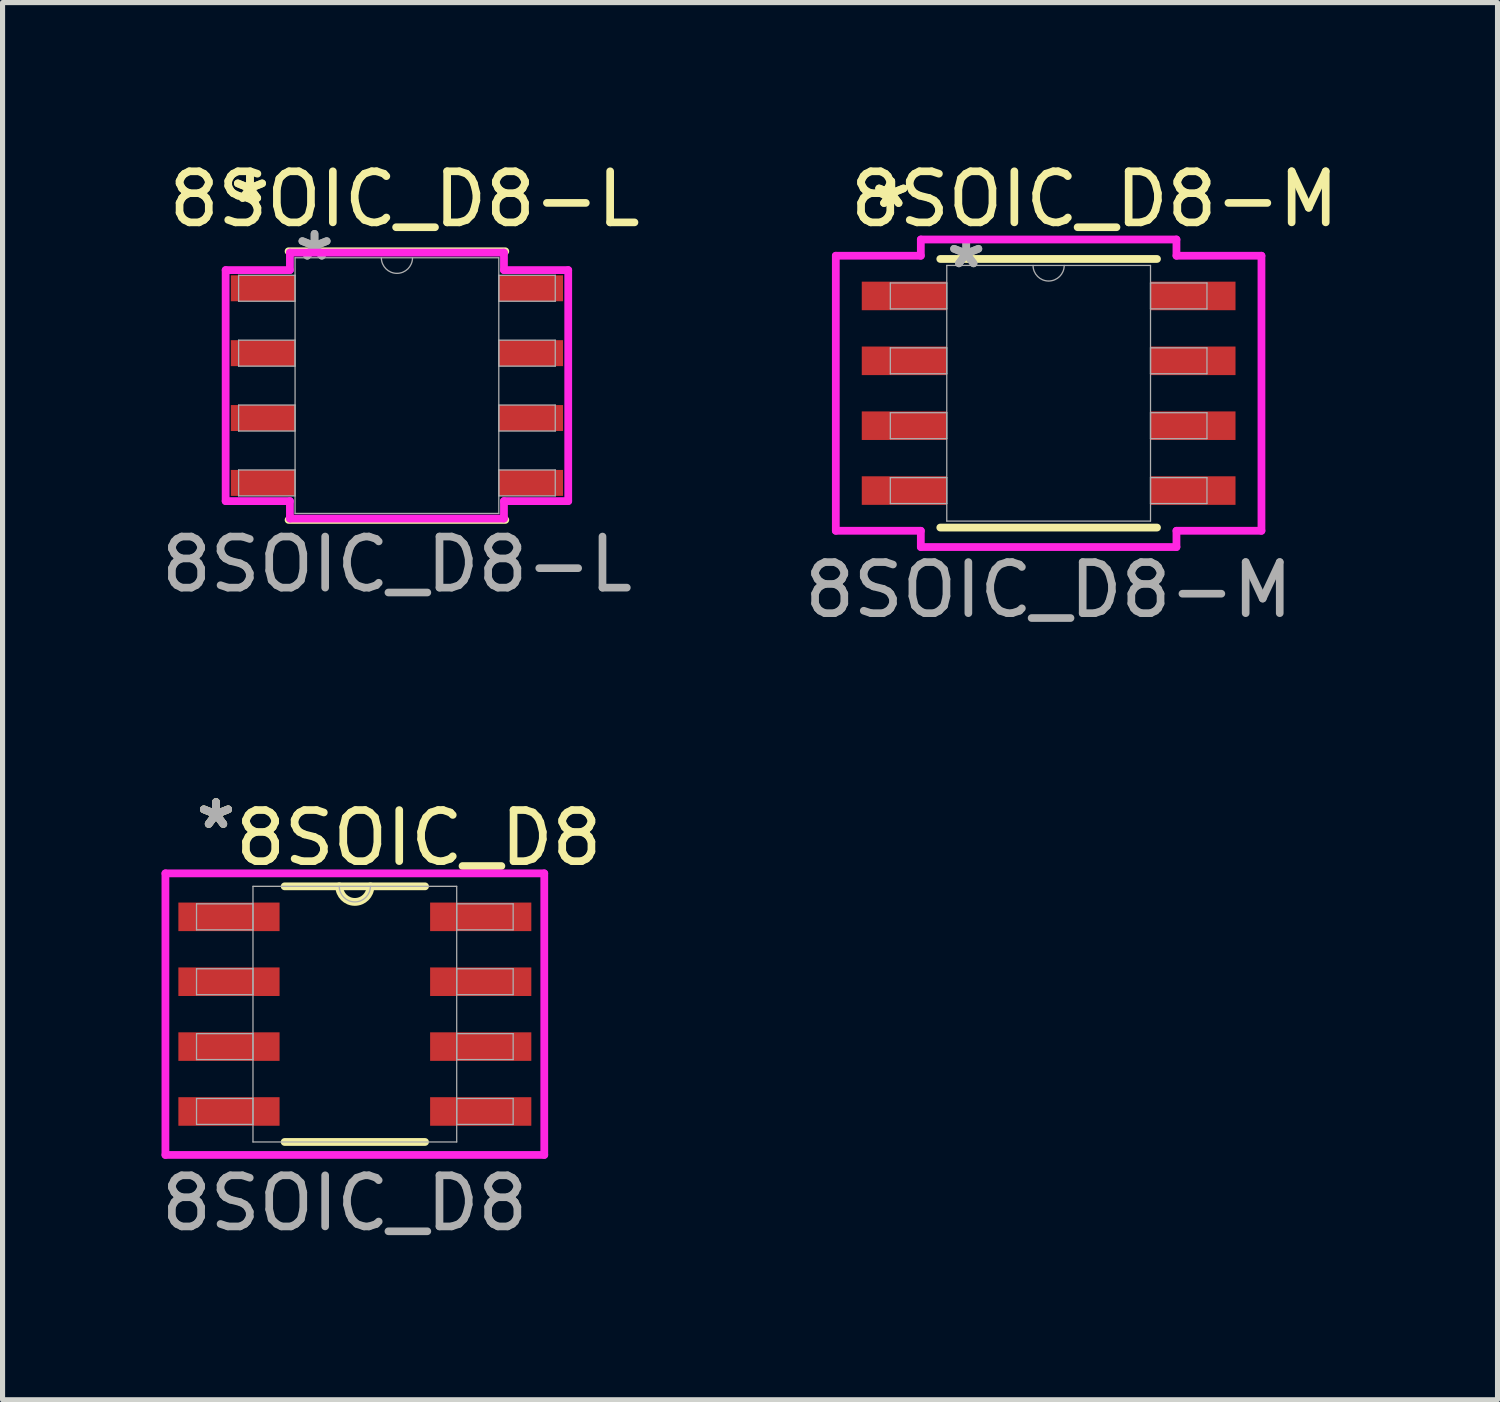
<source format=kicad_pcb>
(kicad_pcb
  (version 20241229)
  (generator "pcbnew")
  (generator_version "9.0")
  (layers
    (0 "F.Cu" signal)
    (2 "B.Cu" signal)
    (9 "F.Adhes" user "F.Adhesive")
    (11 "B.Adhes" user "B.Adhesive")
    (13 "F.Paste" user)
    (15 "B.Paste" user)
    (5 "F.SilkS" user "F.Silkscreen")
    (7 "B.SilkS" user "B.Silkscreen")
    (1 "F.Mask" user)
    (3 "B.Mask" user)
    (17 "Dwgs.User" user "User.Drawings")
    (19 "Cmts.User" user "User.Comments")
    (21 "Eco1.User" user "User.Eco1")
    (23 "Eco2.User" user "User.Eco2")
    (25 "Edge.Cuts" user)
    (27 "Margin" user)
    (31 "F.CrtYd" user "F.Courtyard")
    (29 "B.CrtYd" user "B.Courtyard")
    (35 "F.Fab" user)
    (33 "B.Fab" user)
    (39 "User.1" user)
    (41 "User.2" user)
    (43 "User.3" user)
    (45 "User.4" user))
  (footprint "8SOIC_D8-L"
    (layer "F.Cu")
    (at 4.72 4.498)
    (property "Reference" "8SOIC_D8-L" (at 0.15 -3.65 0) (unlocked yes) (layer "F.SilkS") (effects (font (size 1 1) (thickness 0.15))))
    (attr smd)
    (fp_line (start -2.121 2.629) (end 2.121 2.629) (stroke (width 0.152) (type solid)) (layer "F.SilkS"))
    (fp_line (start 2.121 -2.629) (end -2.121 -2.629) (stroke (width 0.152) (type solid)) (layer "F.SilkS"))
    (fp_line (start -3.353 -2.261) (end -2.095 -2.261) (stroke (width 0.152) (type solid)) (layer "F.CrtYd"))
    (fp_line (start -3.353 2.261) (end -3.353 -2.261) (stroke (width 0.152) (type solid)) (layer "F.CrtYd"))
    (fp_line (start -3.353 2.261) (end -2.095 2.261) (stroke (width 0.152) (type solid)) (layer "F.CrtYd"))
    (fp_line (start -2.095 -2.603) (end 2.095 -2.603) (stroke (width 0.152) (type solid)) (layer "F.CrtYd"))
    (fp_line (start -2.095 -2.261) (end -2.095 -2.603) (stroke (width 0.152) (type solid)) (layer "F.CrtYd"))
    (fp_line (start -2.095 2.603) (end -2.095 2.261) (stroke (width 0.152) (type solid)) (layer "F.CrtYd"))
    (fp_line (start 2.095 -2.603) (end 2.095 -2.261) (stroke (width 0.152) (type solid)) (layer "F.CrtYd"))
    (fp_line (start 2.095 2.261) (end 2.095 2.603) (stroke (width 0.152) (type solid)) (layer "F.CrtYd"))
    (fp_line (start 2.095 2.603) (end -2.095 2.603) (stroke (width 0.152) (type solid)) (layer "F.CrtYd"))
    (fp_line (start 3.353 -2.261) (end 2.095 -2.261) (stroke (width 0.152) (type solid)) (layer "F.CrtYd"))
    (fp_line (start 3.353 -2.261) (end 3.353 2.261) (stroke (width 0.152) (type solid)) (layer "F.CrtYd"))
    (fp_line (start 3.353 2.261) (end 2.095 2.261) (stroke (width 0.152) (type solid)) (layer "F.CrtYd"))
    (fp_line (start -3.099 -2.159) (end -3.099 -1.651) (stroke (width 0.025) (type solid)) (layer "F.Fab"))
    (fp_line (start -3.099 -1.651) (end -1.994 -1.651) (stroke (width 0.025) (type solid)) (layer "F.Fab"))
    (fp_line (start -3.099 -0.889) (end -3.099 -0.381) (stroke (width 0.025) (type solid)) (layer "F.Fab"))
    (fp_line (start -3.099 -0.381) (end -1.994 -0.381) (stroke (width 0.025) (type solid)) (layer "F.Fab"))
    (fp_line (start -3.099 0.381) (end -3.099 0.889) (stroke (width 0.025) (type solid)) (layer "F.Fab"))
    (fp_line (start -3.099 0.889) (end -1.994 0.889) (stroke (width 0.025) (type solid)) (layer "F.Fab"))
    (fp_line (start -3.099 1.651) (end -3.099 2.159) (stroke (width 0.025) (type solid)) (layer "F.Fab"))
    (fp_line (start -3.099 2.159) (end -1.994 2.159) (stroke (width 0.025) (type solid)) (layer "F.Fab"))
    (fp_line (start -1.994 -2.502) (end -1.994 2.502) (stroke (width 0.025) (type solid)) (layer "F.Fab"))
    (fp_line (start -1.994 -2.159) (end -3.099 -2.159) (stroke (width 0.025) (type solid)) (layer "F.Fab"))
    (fp_line (start -1.994 -1.651) (end -1.994 -2.159) (stroke (width 0.025) (type solid)) (layer "F.Fab"))
    (fp_line (start -1.994 -0.889) (end -3.099 -0.889) (stroke (width 0.025) (type solid)) (layer "F.Fab"))
    (fp_line (start -1.994 -0.381) (end -1.994 -0.889) (stroke (width 0.025) (type solid)) (layer "F.Fab"))
    (fp_line (start -1.994 0.381) (end -3.099 0.381) (stroke (width 0.025) (type solid)) (layer "F.Fab"))
    (fp_line (start -1.994 0.889) (end -1.994 0.381) (stroke (width 0.025) (type solid)) (layer "F.Fab"))
    (fp_line (start -1.994 1.651) (end -3.099 1.651) (stroke (width 0.025) (type solid)) (layer "F.Fab"))
    (fp_line (start -1.994 2.159) (end -1.994 1.651) (stroke (width 0.025) (type solid)) (layer "F.Fab"))
    (fp_line (start -1.994 2.502) (end 1.994 2.502) (stroke (width 0.025) (type solid)) (layer "F.Fab"))
    (fp_line (start 1.994 -2.502) (end -1.994 -2.502) (stroke (width 0.025) (type solid)) (layer "F.Fab"))
    (fp_line (start 1.994 -2.159) (end 1.994 -1.651) (stroke (width 0.025) (type solid)) (layer "F.Fab"))
    (fp_line (start 1.994 -1.651) (end 3.099 -1.651) (stroke (width 0.025) (type solid)) (layer "F.Fab"))
    (fp_line (start 1.994 -0.889) (end 1.994 -0.381) (stroke (width 0.025) (type solid)) (layer "F.Fab"))
    (fp_line (start 1.994 -0.381) (end 3.099 -0.381) (stroke (width 0.025) (type solid)) (layer "F.Fab"))
    (fp_line (start 1.994 0.381) (end 1.994 0.889) (stroke (width 0.025) (type solid)) (layer "F.Fab"))
    (fp_line (start 1.994 0.889) (end 3.099 0.889) (stroke (width 0.025) (type solid)) (layer "F.Fab"))
    (fp_line (start 1.994 1.651) (end 1.994 2.159) (stroke (width 0.025) (type solid)) (layer "F.Fab"))
    (fp_line (start 1.994 2.159) (end 3.099 2.159) (stroke (width 0.025) (type solid)) (layer "F.Fab"))
    (fp_line (start 1.994 2.502) (end 1.994 -2.502) (stroke (width 0.025) (type solid)) (layer "F.Fab"))
    (fp_line (start 3.099 -2.159) (end 1.994 -2.159) (stroke (width 0.025) (type solid)) (layer "F.Fab"))
    (fp_line (start 3.099 -1.651) (end 3.099 -2.159) (stroke (width 0.025) (type solid)) (layer "F.Fab"))
    (fp_line (start 3.099 -0.889) (end 1.994 -0.889) (stroke (width 0.025) (type solid)) (layer "F.Fab"))
    (fp_line (start 3.099 -0.381) (end 3.099 -0.889) (stroke (width 0.025) (type solid)) (layer "F.Fab"))
    (fp_line (start 3.099 0.381) (end 1.994 0.381) (stroke (width 0.025) (type solid)) (layer "F.Fab"))
    (fp_line (start 3.099 0.889) (end 3.099 0.381) (stroke (width 0.025) (type solid)) (layer "F.Fab"))
    (fp_line (start 3.099 1.651) (end 1.994 1.651) (stroke (width 0.025) (type solid)) (layer "F.Fab"))
    (fp_line (start 3.099 2.159) (end 3.099 1.651) (stroke (width 0.025) (type solid)) (layer "F.Fab"))
    (fp_arc (start 0.3048 -2.5019) (mid 0 -2.1971) (end -0.3048 -2.5019) (stroke (width 0.0254) (type solid)) (layer "F.Fab"))
    (fp_text user "*" (at -2.877 -3.556 0) (unlocked yes) (layer "F.SilkS") (effects (font (size 1 1) (thickness 0.15))))
    (fp_text user "*" (at -2.877 -3.556 0) (layer "F.SilkS") (effects (font (size 1 1) (thickness 0.15))))
    (fp_text user "*" (at -1.613 -2.426 0) (layer "F.Fab") (effects (font (size 1 1) (thickness 0.15))))
    (fp_text user "${REFERENCE}" (at 0 3.5 0) (unlocked yes) (layer "F.Fab") (effects (font (size 1 1) (thickness 0.15))))
    (fp_text user "*" (at -1.613 -2.426 0) (unlocked yes) (layer "F.Fab") (effects (font (size 1 1) (thickness 0.15))))
    (pad "1" smd rect (at -2.623 -1.905) (size 1.257 0.508) (layers "F.Cu" "F.Mask" "F.Paste"))
    (pad "2" smd rect (at -2.623 -0.635) (size 1.257 0.508) (layers "F.Cu" "F.Mask" "F.Paste"))
    (pad "3" smd rect (at -2.623 0.635) (size 1.257 0.508) (layers "F.Cu" "F.Mask" "F.Paste"))
    (pad "4" smd rect (at -2.623 1.905) (size 1.257 0.508) (layers "F.Cu" "F.Mask" "F.Paste"))
    (pad "5" smd rect (at 2.623 1.905) (size 1.257 0.508) (layers "F.Cu" "F.Mask" "F.Paste"))
    (pad "6" smd rect (at 2.623 0.635) (size 1.257 0.508) (layers "F.Cu" "F.Mask" "F.Paste"))
    (pad "7" smd rect (at 2.623 -0.635) (size 1.257 0.508) (layers "F.Cu" "F.Mask" "F.Paste"))
    (pad "8" smd rect (at 2.623 -1.905) (size 1.257 0.508) (layers "F.Cu" "F.Mask" "F.Paste")))
  (footprint "8SOIC_D8"
    (layer "F.Cu")
    (at 3.896 16.802)
    (property "Reference" "8SOIC_D8" (at 1.25 -3.45 0) (unlocked yes) (layer "F.SilkS") (effects (font (size 1 1) (thickness 0.15))))
    (attr smd)
    (fp_line (start -1.374 2.502) (end 1.374 2.502) (stroke (width 0.152) (type solid)) (layer "F.SilkS"))
    (fp_line (start 1.374 -2.502) (end -1.374 -2.502) (stroke (width 0.152) (type solid)) (layer "F.SilkS"))
    (fp_arc (start 0.3048 -2.5019) (mid 0 -2.1971) (end -0.3048 -2.5019) (stroke (width 0.1524) (type solid)) (layer "F.SilkS"))
    (fp_line (start -3.708 -2.756) (end 3.708 -2.756) (stroke (width 0.152) (type solid)) (layer "F.CrtYd"))
    (fp_line (start -3.708 2.756) (end -3.708 -2.756) (stroke (width 0.152) (type solid)) (layer "F.CrtYd"))
    (fp_line (start 3.708 -2.756) (end 3.708 2.756) (stroke (width 0.152) (type solid)) (layer "F.CrtYd"))
    (fp_line (start 3.708 2.756) (end -3.708 2.756) (stroke (width 0.152) (type solid)) (layer "F.CrtYd"))
    (fp_line (start -3.099 -2.159) (end -3.099 -1.651) (stroke (width 0.025) (type solid)) (layer "F.Fab"))
    (fp_line (start -3.099 -1.651) (end -1.994 -1.651) (stroke (width 0.025) (type solid)) (layer "F.Fab"))
    (fp_line (start -3.099 -0.889) (end -3.099 -0.381) (stroke (width 0.025) (type solid)) (layer "F.Fab"))
    (fp_line (start -3.099 -0.381) (end -1.994 -0.381) (stroke (width 0.025) (type solid)) (layer "F.Fab"))
    (fp_line (start -3.099 0.381) (end -3.099 0.889) (stroke (width 0.025) (type solid)) (layer "F.Fab"))
    (fp_line (start -3.099 0.889) (end -1.994 0.889) (stroke (width 0.025) (type solid)) (layer "F.Fab"))
    (fp_line (start -3.099 1.651) (end -3.099 2.159) (stroke (width 0.025) (type solid)) (layer "F.Fab"))
    (fp_line (start -3.099 2.159) (end -1.994 2.159) (stroke (width 0.025) (type solid)) (layer "F.Fab"))
    (fp_line (start -1.994 -2.502) (end -1.994 2.502) (stroke (width 0.025) (type solid)) (layer "F.Fab"))
    (fp_line (start -1.994 -2.159) (end -3.099 -2.159) (stroke (width 0.025) (type solid)) (layer "F.Fab"))
    (fp_line (start -1.994 -1.651) (end -1.994 -2.159) (stroke (width 0.025) (type solid)) (layer "F.Fab"))
    (fp_line (start -1.994 -0.889) (end -3.099 -0.889) (stroke (width 0.025) (type solid)) (layer "F.Fab"))
    (fp_line (start -1.994 -0.381) (end -1.994 -0.889) (stroke (width 0.025) (type solid)) (layer "F.Fab"))
    (fp_line (start -1.994 0.381) (end -3.099 0.381) (stroke (width 0.025) (type solid)) (layer "F.Fab"))
    (fp_line (start -1.994 0.889) (end -1.994 0.381) (stroke (width 0.025) (type solid)) (layer "F.Fab"))
    (fp_line (start -1.994 1.651) (end -3.099 1.651) (stroke (width 0.025) (type solid)) (layer "F.Fab"))
    (fp_line (start -1.994 2.159) (end -1.994 1.651) (stroke (width 0.025) (type solid)) (layer "F.Fab"))
    (fp_line (start -1.994 2.502) (end 1.994 2.502) (stroke (width 0.025) (type solid)) (layer "F.Fab"))
    (fp_line (start 1.994 -2.502) (end -1.994 -2.502) (stroke (width 0.025) (type solid)) (layer "F.Fab"))
    (fp_line (start 1.994 -2.159) (end 1.994 -1.651) (stroke (width 0.025) (type solid)) (layer "F.Fab"))
    (fp_line (start 1.994 -1.651) (end 3.099 -1.651) (stroke (width 0.025) (type solid)) (layer "F.Fab"))
    (fp_line (start 1.994 -0.889) (end 1.994 -0.381) (stroke (width 0.025) (type solid)) (layer "F.Fab"))
    (fp_line (start 1.994 -0.381) (end 3.099 -0.381) (stroke (width 0.025) (type solid)) (layer "F.Fab"))
    (fp_line (start 1.994 0.381) (end 1.994 0.889) (stroke (width 0.025) (type solid)) (layer "F.Fab"))
    (fp_line (start 1.994 0.889) (end 3.099 0.889) (stroke (width 0.025) (type solid)) (layer "F.Fab"))
    (fp_line (start 1.994 1.651) (end 1.994 2.159) (stroke (width 0.025) (type solid)) (layer "F.Fab"))
    (fp_line (start 1.994 2.159) (end 3.099 2.159) (stroke (width 0.025) (type solid)) (layer "F.Fab"))
    (fp_line (start 1.994 2.502) (end 1.994 -2.502) (stroke (width 0.025) (type solid)) (layer "F.Fab"))
    (fp_line (start 3.099 -2.159) (end 1.994 -2.159) (stroke (width 0.025) (type solid)) (layer "F.Fab"))
    (fp_line (start 3.099 -1.651) (end 3.099 -2.159) (stroke (width 0.025) (type solid)) (layer "F.Fab"))
    (fp_line (start 3.099 -0.889) (end 1.994 -0.889) (stroke (width 0.025) (type solid)) (layer "F.Fab"))
    (fp_line (start 3.099 -0.381) (end 3.099 -0.889) (stroke (width 0.025) (type solid)) (layer "F.Fab"))
    (fp_line (start 3.099 0.381) (end 1.994 0.381) (stroke (width 0.025) (type solid)) (layer "F.Fab"))
    (fp_line (start 3.099 0.889) (end 3.099 0.381) (stroke (width 0.025) (type solid)) (layer "F.Fab"))
    (fp_line (start 3.099 1.651) (end 1.994 1.651) (stroke (width 0.025) (type solid)) (layer "F.Fab"))
    (fp_line (start 3.099 2.159) (end 3.099 1.651) (stroke (width 0.025) (type solid)) (layer "F.Fab"))
    (fp_arc (start 0.3048 -2.5019) (mid 0 -2.1971) (end -0.3048 -2.5019) (stroke (width 0.0254) (type solid)) (layer "F.Fab"))
    (fp_text user "*" (at -2.718 -3.607 0) (unlocked yes) (layer "F.SilkS") (effects (font (size 1 1) (thickness 0.15))))
    (fp_text user "*" (at -2.718 -3.607 0) (layer "F.SilkS") (effects (font (size 1 1) (thickness 0.15))))
    (fp_text user "*" (at -2.718 -3.607 0) (unlocked yes) (layer "F.Fab") (effects (font (size 1 1) (thickness 0.15))))
    (fp_text user "${REFERENCE}" (at -0.2 3.7 0) (unlocked yes) (layer "F.Fab") (effects (font (size 1 1) (thickness 0.15))))
    (fp_text user "*" (at -2.718 -3.607 0) (layer "F.Fab") (effects (font (size 1 1) (thickness 0.15))))
    (pad "1" smd rect (at -2.464 -1.905) (size 1.981 0.559) (layers "F.Cu" "F.Mask" "F.Paste"))
    (pad "2" smd rect (at -2.464 -0.635) (size 1.981 0.559) (layers "F.Cu" "F.Mask" "F.Paste"))
    (pad "3" smd rect (at -2.464 0.635) (size 1.981 0.559) (layers "F.Cu" "F.Mask" "F.Paste"))
    (pad "4" smd rect (at -2.464 1.905) (size 1.981 0.559) (layers "F.Cu" "F.Mask" "F.Paste"))
    (pad "5" smd rect (at 2.464 1.905) (size 1.981 0.559) (layers "F.Cu" "F.Mask" "F.Paste"))
    (pad "6" smd rect (at 2.464 0.635) (size 1.981 0.559) (layers "F.Cu" "F.Mask" "F.Paste"))
    (pad "7" smd rect (at 2.464 -0.635) (size 1.981 0.559) (layers "F.Cu" "F.Mask" "F.Paste"))
    (pad "8" smd rect (at 2.464 -1.905) (size 1.981 0.559) (layers "F.Cu" "F.Mask" "F.Paste")))
  (footprint "8SOIC_D8-M"
    (layer "F.Cu")
    (at 17.477 4.648)
    (property "Reference" "8SOIC_D8-M" (at 0.9 -3.8 0) (unlocked yes) (layer "F.SilkS") (effects (font (size 1 1) (thickness 0.15))))
    (attr smd)
    (fp_line (start -2.121 2.629) (end 2.121 2.629) (stroke (width 0.152) (type solid)) (layer "F.SilkS"))
    (fp_line (start 2.121 -2.629) (end -2.121 -2.629) (stroke (width 0.152) (type solid)) (layer "F.SilkS"))
    (fp_line (start -4.166 -2.692) (end -2.502 -2.692) (stroke (width 0.152) (type solid)) (layer "F.CrtYd"))
    (fp_line (start -4.166 2.692) (end -4.166 -2.692) (stroke (width 0.152) (type solid)) (layer "F.CrtYd"))
    (fp_line (start -4.166 2.692) (end -2.502 2.692) (stroke (width 0.152) (type solid)) (layer "F.CrtYd"))
    (fp_line (start -2.502 -3.01) (end 2.502 -3.01) (stroke (width 0.152) (type solid)) (layer "F.CrtYd"))
    (fp_line (start -2.502 -2.692) (end -2.502 -3.01) (stroke (width 0.152) (type solid)) (layer "F.CrtYd"))
    (fp_line (start -2.502 3.01) (end -2.502 2.692) (stroke (width 0.152) (type solid)) (layer "F.CrtYd"))
    (fp_line (start 2.502 -3.01) (end 2.502 -2.692) (stroke (width 0.152) (type solid)) (layer "F.CrtYd"))
    (fp_line (start 2.502 2.692) (end 2.502 3.01) (stroke (width 0.152) (type solid)) (layer "F.CrtYd"))
    (fp_line (start 2.502 3.01) (end -2.502 3.01) (stroke (width 0.152) (type solid)) (layer "F.CrtYd"))
    (fp_line (start 4.166 -2.692) (end 2.502 -2.692) (stroke (width 0.152) (type solid)) (layer "F.CrtYd"))
    (fp_line (start 4.166 -2.692) (end 4.166 2.692) (stroke (width 0.152) (type solid)) (layer "F.CrtYd"))
    (fp_line (start 4.166 2.692) (end 2.502 2.692) (stroke (width 0.152) (type solid)) (layer "F.CrtYd"))
    (fp_line (start -3.099 -2.159) (end -3.099 -1.651) (stroke (width 0.025) (type solid)) (layer "F.Fab"))
    (fp_line (start -3.099 -1.651) (end -1.994 -1.651) (stroke (width 0.025) (type solid)) (layer "F.Fab"))
    (fp_line (start -3.099 -0.889) (end -3.099 -0.381) (stroke (width 0.025) (type solid)) (layer "F.Fab"))
    (fp_line (start -3.099 -0.381) (end -1.994 -0.381) (stroke (width 0.025) (type solid)) (layer "F.Fab"))
    (fp_line (start -3.099 0.381) (end -3.099 0.889) (stroke (width 0.025) (type solid)) (layer "F.Fab"))
    (fp_line (start -3.099 0.889) (end -1.994 0.889) (stroke (width 0.025) (type solid)) (layer "F.Fab"))
    (fp_line (start -3.099 1.651) (end -3.099 2.159) (stroke (width 0.025) (type solid)) (layer "F.Fab"))
    (fp_line (start -3.099 2.159) (end -1.994 2.159) (stroke (width 0.025) (type solid)) (layer "F.Fab"))
    (fp_line (start -1.994 -2.502) (end -1.994 2.502) (stroke (width 0.025) (type solid)) (layer "F.Fab"))
    (fp_line (start -1.994 -2.159) (end -3.099 -2.159) (stroke (width 0.025) (type solid)) (layer "F.Fab"))
    (fp_line (start -1.994 -1.651) (end -1.994 -2.159) (stroke (width 0.025) (type solid)) (layer "F.Fab"))
    (fp_line (start -1.994 -0.889) (end -3.099 -0.889) (stroke (width 0.025) (type solid)) (layer "F.Fab"))
    (fp_line (start -1.994 -0.381) (end -1.994 -0.889) (stroke (width 0.025) (type solid)) (layer "F.Fab"))
    (fp_line (start -1.994 0.381) (end -3.099 0.381) (stroke (width 0.025) (type solid)) (layer "F.Fab"))
    (fp_line (start -1.994 0.889) (end -1.994 0.381) (stroke (width 0.025) (type solid)) (layer "F.Fab"))
    (fp_line (start -1.994 1.651) (end -3.099 1.651) (stroke (width 0.025) (type solid)) (layer "F.Fab"))
    (fp_line (start -1.994 2.159) (end -1.994 1.651) (stroke (width 0.025) (type solid)) (layer "F.Fab"))
    (fp_line (start -1.994 2.502) (end 1.994 2.502) (stroke (width 0.025) (type solid)) (layer "F.Fab"))
    (fp_line (start 1.994 -2.502) (end -1.994 -2.502) (stroke (width 0.025) (type solid)) (layer "F.Fab"))
    (fp_line (start 1.994 -2.159) (end 1.994 -1.651) (stroke (width 0.025) (type solid)) (layer "F.Fab"))
    (fp_line (start 1.994 -1.651) (end 3.099 -1.651) (stroke (width 0.025) (type solid)) (layer "F.Fab"))
    (fp_line (start 1.994 -0.889) (end 1.994 -0.381) (stroke (width 0.025) (type solid)) (layer "F.Fab"))
    (fp_line (start 1.994 -0.381) (end 3.099 -0.381) (stroke (width 0.025) (type solid)) (layer "F.Fab"))
    (fp_line (start 1.994 0.381) (end 1.994 0.889) (stroke (width 0.025) (type solid)) (layer "F.Fab"))
    (fp_line (start 1.994 0.889) (end 3.099 0.889) (stroke (width 0.025) (type solid)) (layer "F.Fab"))
    (fp_line (start 1.994 1.651) (end 1.994 2.159) (stroke (width 0.025) (type solid)) (layer "F.Fab"))
    (fp_line (start 1.994 2.159) (end 3.099 2.159) (stroke (width 0.025) (type solid)) (layer "F.Fab"))
    (fp_line (start 1.994 2.502) (end 1.994 -2.502) (stroke (width 0.025) (type solid)) (layer "F.Fab"))
    (fp_line (start 3.099 -2.159) (end 1.994 -2.159) (stroke (width 0.025) (type solid)) (layer "F.Fab"))
    (fp_line (start 3.099 -1.651) (end 3.099 -2.159) (stroke (width 0.025) (type solid)) (layer "F.Fab"))
    (fp_line (start 3.099 -0.889) (end 1.994 -0.889) (stroke (width 0.025) (type solid)) (layer "F.Fab"))
    (fp_line (start 3.099 -0.381) (end 3.099 -0.889) (stroke (width 0.025) (type solid)) (layer "F.Fab"))
    (fp_line (start 3.099 0.381) (end 1.994 0.381) (stroke (width 0.025) (type solid)) (layer "F.Fab"))
    (fp_line (start 3.099 0.889) (end 3.099 0.381) (stroke (width 0.025) (type solid)) (layer "F.Fab"))
    (fp_line (start 3.099 1.651) (end 1.994 1.651) (stroke (width 0.025) (type solid)) (layer "F.Fab"))
    (fp_line (start 3.099 2.159) (end 3.099 1.651) (stroke (width 0.025) (type solid)) (layer "F.Fab"))
    (fp_arc (start 0.3048 -2.5019) (mid 0 -2.1971) (end -0.3048 -2.5019) (stroke (width 0.0254) (type solid)) (layer "F.Fab"))
    (fp_text user "*" (at -3.08 -3.607 0) (unlocked yes) (layer "F.SilkS") (effects (font (size 1 1) (thickness 0.15))))
    (fp_text user "*" (at -3.08 -3.607 0) (layer "F.SilkS") (effects (font (size 1 1) (thickness 0.15))))
    (fp_text user "*" (at -1.613 -2.426 0) (layer "F.Fab") (effects (font (size 1 1) (thickness 0.15))))
    (fp_text user "*" (at -1.613 -2.426 0) (unlocked yes) (layer "F.Fab") (effects (font (size 1 1) (thickness 0.15))))
    (fp_text user "${REFERENCE}" (at 0 3.85 0) (unlocked yes) (layer "F.Fab") (effects (font (size 1 1) (thickness 0.15))))
    (pad "1" smd rect (at -2.826 -1.905) (size 1.664 0.559) (layers "F.Cu" "F.Mask" "F.Paste"))
    (pad "2" smd rect (at -2.826 -0.635) (size 1.664 0.559) (layers "F.Cu" "F.Mask" "F.Paste"))
    (pad "3" smd rect (at -2.826 0.635) (size 1.664 0.559) (layers "F.Cu" "F.Mask" "F.Paste"))
    (pad "4" smd rect (at -2.826 1.905) (size 1.664 0.559) (layers "F.Cu" "F.Mask" "F.Paste"))
    (pad "5" smd rect (at 2.826 1.905) (size 1.664 0.559) (layers "F.Cu" "F.Mask" "F.Paste"))
    (pad "6" smd rect (at 2.826 0.635) (size 1.664 0.559) (layers "F.Cu" "F.Mask" "F.Paste"))
    (pad "7" smd rect (at 2.826 -0.635) (size 1.664 0.559) (layers "F.Cu" "F.Mask" "F.Paste"))
    (pad "8" smd rect (at 2.826 -1.905) (size 1.664 0.559) (layers "F.Cu" "F.Mask" "F.Paste")))
  (gr_rect
    (start -3 -3)
    (end 26.264 24.35)
    (stroke (width 0.1) (type default))
    (fill no)
    (layer "Edge.Cuts")))
</source>
